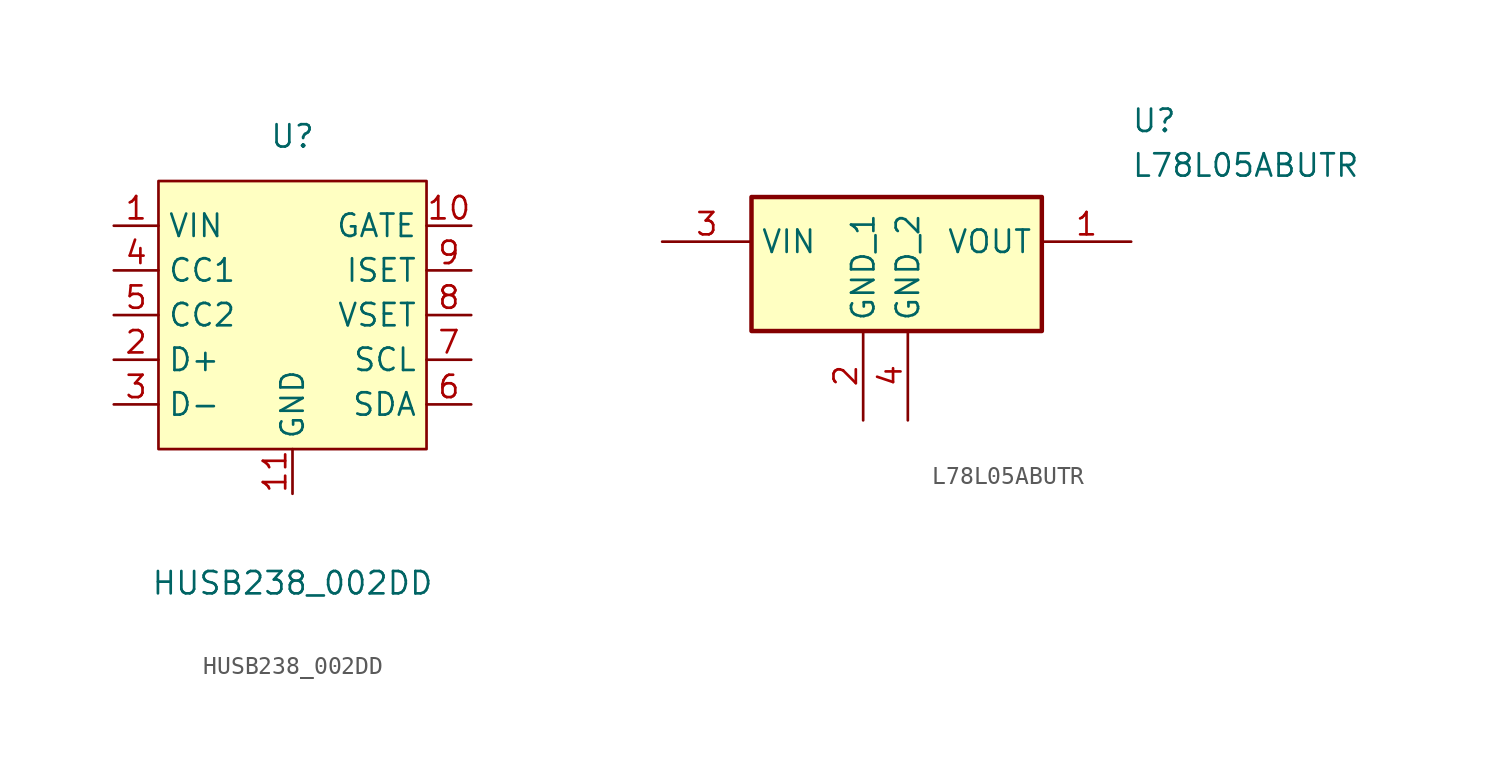
<source format=kicad_sym>
(kicad_symbol_lib
  (version 20231120)
  (generator "kicad_symbol_editor")
  (generator_version "8.0")
  (symbol "HUSB238_002DD"
    (property "Reference" "U"
      (at 0 10.16 0)
      (effects (font (size 1.27 1.27))))
    (property "Value" "HUSB238_002DD"
      (at 0 -15.24 0)
      (effects (font (size 1.27 1.27))))
    (symbol "HUSB238_002DD_0_1"
      (rectangle (start -7.62 7.62) (end 7.62 -7.62) (stroke (width 0) (type default)) (fill (type background)))
      (pin unspecified line (at -10.16 5.08 0) (length 2.54) (name "VIN" (effects (font (size 1.27 1.27)))) (number "1" (effects (font (size 1.27 1.27)))))
      (pin unspecified line (at 10.16 5.08 180) (length 2.54) (name "GATE" (effects (font (size 1.27 1.27)))) (number "10" (effects (font (size 1.27 1.27)))))
      (pin unspecified line (at 0 -10.16 90) (length 2.54) (name "GND" (effects (font (size 1.27 1.27)))) (number "11" (effects (font (size 1.27 1.27)))))
      (pin unspecified line (at -10.16 -2.54 0) (length 2.54) (name "D+" (effects (font (size 1.27 1.27)))) (number "2" (effects (font (size 1.27 1.27)))))
      (pin unspecified line (at -10.16 -5.08 0) (length 2.54) (name "D-" (effects (font (size 1.27 1.27)))) (number "3" (effects (font (size 1.27 1.27)))))
      (pin unspecified line (at -10.16 2.54 0) (length 2.54) (name "CC1" (effects (font (size 1.27 1.27)))) (number "4" (effects (font (size 1.27 1.27)))))
      (pin unspecified line (at -10.16 0 0) (length 2.54) (name "CC2" (effects (font (size 1.27 1.27)))) (number "5" (effects (font (size 1.27 1.27)))))
      (pin unspecified line (at 10.16 -5.08 180) (length 2.54) (name "SDA" (effects (font (size 1.27 1.27)))) (number "6" (effects (font (size 1.27 1.27)))))
      (pin unspecified line (at 10.16 -2.54 180) (length 2.54) (name "SCL" (effects (font (size 1.27 1.27)))) (number "7" (effects (font (size 1.27 1.27)))))
      (pin unspecified line (at 10.16 0 180) (length 2.54) (name "VSET" (effects (font (size 1.27 1.27)))) (number "8" (effects (font (size 1.27 1.27)))))
      (pin unspecified line (at 10.16 2.54 180) (length 2.54) (name "ISET" (effects (font (size 1.27 1.27)))) (number "9" (effects (font (size 1.27 1.27)))))))
  (symbol "L78L05ABUTR"
    (property "Reference" "U"
      (at 26.67 7.62 0)
      (effects (font (size 1.27 1.27)) (justify left top)))
    (property "Value" "L78L05ABUTR"
      (at 26.67 5.08 0)
      (effects (font (size 1.27 1.27)) (justify left top)))
    (symbol "L78L05ABUTR_1_1"
      (rectangle (start 5.08 2.54) (end 21.59 -5.08) (stroke (width 0.254) (type default)) (fill (type background)))
      (pin passive line (at 26.67 0 180) (length 5.08) (name "VOUT" (effects (font (size 1.27 1.27)))) (number "1" (effects (font (size 1.27 1.27)))))
      (pin passive line (at 11.43 -10.16 90) (length 5.08) (name "GND_1" (effects (font (size 1.27 1.27)))) (number "2" (effects (font (size 1.27 1.27)))))
      (pin passive line (at 0 0 0) (length 5.08) (name "VIN" (effects (font (size 1.27 1.27)))) (number "3" (effects (font (size 1.27 1.27)))))
      (pin passive line (at 13.97 -10.16 90) (length 5.08) (name "GND_2" (effects (font (size 1.27 1.27)))) (number "4" (effects (font (size 1.27 1.27))))))))
</source>
